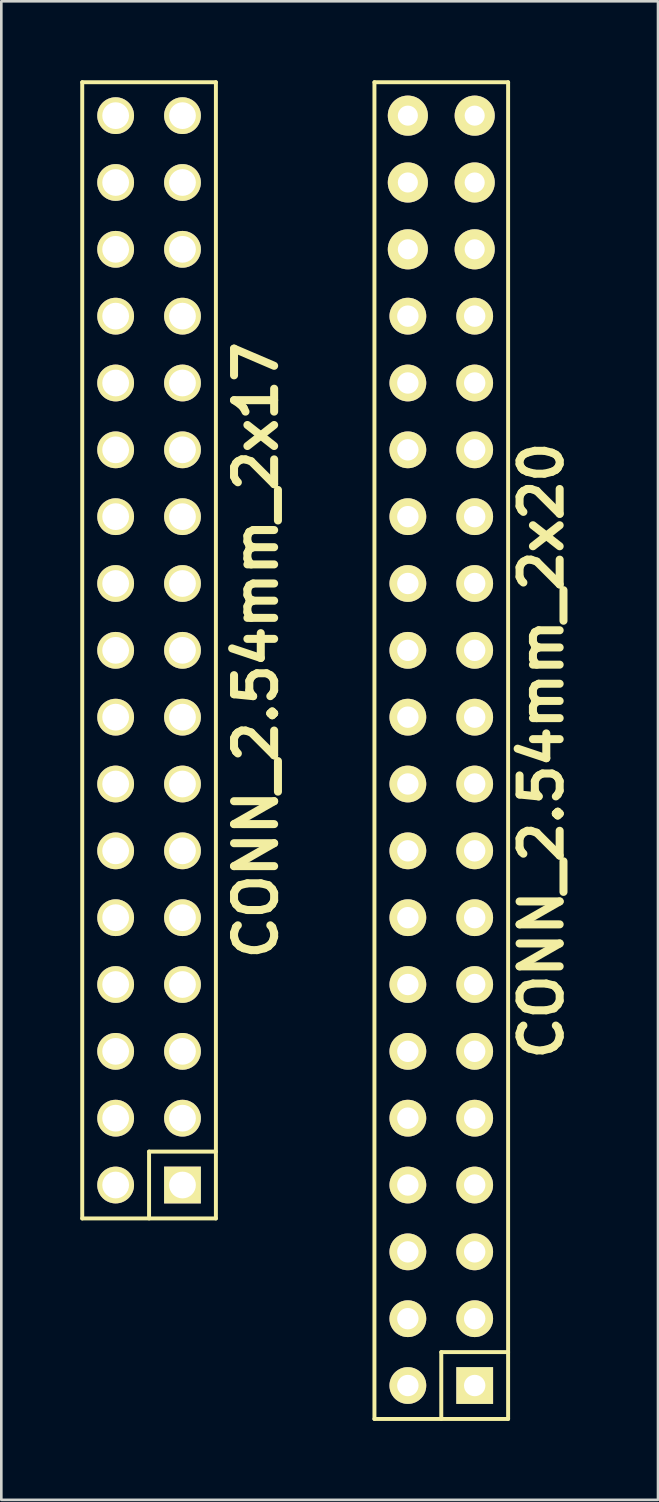
<source format=kicad_pcb>
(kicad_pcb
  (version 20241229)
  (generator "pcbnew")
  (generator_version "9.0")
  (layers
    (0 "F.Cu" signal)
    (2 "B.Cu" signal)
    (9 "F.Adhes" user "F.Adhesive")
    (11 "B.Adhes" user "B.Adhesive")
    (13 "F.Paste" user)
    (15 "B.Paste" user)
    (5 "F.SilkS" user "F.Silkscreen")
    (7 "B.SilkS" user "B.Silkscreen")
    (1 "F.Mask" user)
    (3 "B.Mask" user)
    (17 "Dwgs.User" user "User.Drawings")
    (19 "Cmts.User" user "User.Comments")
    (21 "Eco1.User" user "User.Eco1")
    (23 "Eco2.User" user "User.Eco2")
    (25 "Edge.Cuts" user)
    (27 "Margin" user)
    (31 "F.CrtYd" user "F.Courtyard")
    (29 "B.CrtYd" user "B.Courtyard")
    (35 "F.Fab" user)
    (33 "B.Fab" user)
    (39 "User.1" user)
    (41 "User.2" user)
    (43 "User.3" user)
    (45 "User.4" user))
  (footprint "CONN_2.54mm_2x17"
    (layer "F.Cu")
    (at 2.615 21.665)
    (property "Reference" "CONN_2.54mm_2x17" (at 4.064 0 90) (layer "F.SilkS") (effects (font (size 1.524 1.524) (thickness 0.305))))
    (attr through_hole)
    (fp_line (start -2.54 -21.59) (end 2.54 -21.59) (stroke (width 0.15) (type solid)) (layer "F.SilkS"))
    (fp_line (start -2.54 21.59) (end -2.54 -21.59) (stroke (width 0.15) (type solid)) (layer "F.SilkS"))
    (fp_line (start 0 19.05) (end 0 21.59) (stroke (width 0.15) (type solid)) (layer "F.SilkS"))
    (fp_line (start 2.54 -21.59) (end 2.54 21.59) (stroke (width 0.15) (type solid)) (layer "F.SilkS"))
    (fp_line (start 2.54 19.05) (end 0 19.05) (stroke (width 0.15) (type solid)) (layer "F.SilkS"))
    (fp_line (start 2.54 21.59) (end -2.54 21.59) (stroke (width 0.15) (type solid)) (layer "F.SilkS"))
    (pad "1" thru_hole rect (at 1.27 20.32) (size 1.397 1.397) (drill 1.016) (layers "*.Cu" "*.Mask" "F.SilkS"))
    (pad "2" thru_hole circle (at -1.27 20.32) (size 1.397 1.397) (drill 1.016) (layers "*.Cu" "*.Mask" "F.SilkS"))
    (pad "3" thru_hole circle (at 1.27 17.78) (size 1.397 1.397) (drill 1.016) (layers "*.Cu" "*.Mask" "F.SilkS"))
    (pad "4" thru_hole circle (at -1.27 17.78) (size 1.397 1.397) (drill 1.016) (layers "*.Cu" "*.Mask" "F.SilkS"))
    (pad "5" thru_hole circle (at 1.27 15.24) (size 1.397 1.397) (drill 1.016) (layers "*.Cu" "*.Mask" "F.SilkS"))
    (pad "6" thru_hole circle (at -1.27 15.24) (size 1.397 1.397) (drill 1.016) (layers "*.Cu" "*.Mask" "F.SilkS"))
    (pad "7" thru_hole circle (at 1.27 12.7) (size 1.397 1.397) (drill 1.016) (layers "*.Cu" "*.Mask" "F.SilkS"))
    (pad "8" thru_hole circle (at -1.27 12.7) (size 1.397 1.397) (drill 1.016) (layers "*.Cu" "*.Mask" "F.SilkS"))
    (pad "9" thru_hole circle (at 1.27 10.16) (size 1.397 1.397) (drill 1.016) (layers "*.Cu" "*.Mask" "F.SilkS"))
    (pad "10" thru_hole circle (at -1.27 10.16) (size 1.397 1.397) (drill 1.016) (layers "*.Cu" "*.Mask" "F.SilkS"))
    (pad "11" thru_hole circle (at 1.27 7.62) (size 1.397 1.397) (drill 1.016) (layers "*.Cu" "*.Mask" "F.SilkS"))
    (pad "12" thru_hole circle (at -1.27 7.62) (size 1.397 1.397) (drill 1.016) (layers "*.Cu" "*.Mask" "F.SilkS"))
    (pad "13" thru_hole circle (at 1.27 5.08) (size 1.397 1.397) (drill 1.016) (layers "*.Cu" "*.Mask" "F.SilkS"))
    (pad "14" thru_hole circle (at -1.27 5.08) (size 1.397 1.397) (drill 1.016) (layers "*.Cu" "*.Mask" "F.SilkS"))
    (pad "15" thru_hole circle (at 1.27 2.54) (size 1.397 1.397) (drill 1.016) (layers "*.Cu" "*.Mask" "F.SilkS"))
    (pad "16" thru_hole circle (at -1.27 2.54) (size 1.397 1.397) (drill 1.016) (layers "*.Cu" "*.Mask" "F.SilkS"))
    (pad "17" thru_hole circle (at 1.27 0) (size 1.397 1.397) (drill 1.016) (layers "*.Cu" "*.Mask" "F.SilkS"))
    (pad "18" thru_hole circle (at -1.27 0) (size 1.397 1.397) (drill 1.016) (layers "*.Cu" "*.Mask" "F.SilkS"))
    (pad "19" thru_hole circle (at 1.27 -2.54) (size 1.397 1.397) (drill 1.016) (layers "*.Cu" "*.Mask" "F.SilkS"))
    (pad "20" thru_hole circle (at -1.27 -2.54) (size 1.397 1.397) (drill 1.016) (layers "*.Cu" "*.Mask" "F.SilkS"))
    (pad "21" thru_hole circle (at 1.27 -5.08) (size 1.397 1.397) (drill 1.016) (layers "*.Cu" "*.Mask" "F.SilkS"))
    (pad "22" thru_hole circle (at -1.27 -5.08) (size 1.397 1.397) (drill 1.016) (layers "*.Cu" "*.Mask" "F.SilkS"))
    (pad "23" thru_hole circle (at 1.27 -7.62) (size 1.397 1.397) (drill 1.016) (layers "*.Cu" "*.Mask" "F.SilkS"))
    (pad "24" thru_hole circle (at -1.27 -7.62) (size 1.397 1.397) (drill 1.016) (layers "*.Cu" "*.Mask" "F.SilkS"))
    (pad "25" thru_hole circle (at 1.27 -10.16) (size 1.397 1.397) (drill 1.016) (layers "*.Cu" "*.Mask" "F.SilkS"))
    (pad "26" thru_hole circle (at -1.27 -10.16) (size 1.397 1.397) (drill 1.016) (layers "*.Cu" "*.Mask" "F.SilkS"))
    (pad "27" thru_hole circle (at 1.27 -12.7) (size 1.397 1.397) (drill 1.016) (layers "*.Cu" "*.Mask" "F.SilkS"))
    (pad "28" thru_hole circle (at -1.27 -12.7) (size 1.397 1.397) (drill 1.016) (layers "*.Cu" "*.Mask" "F.SilkS"))
    (pad "29" thru_hole circle (at 1.27 -15.24) (size 1.397 1.397) (drill 1.016) (layers "*.Cu" "*.Mask" "F.SilkS"))
    (pad "30" thru_hole circle (at -1.27 -15.24) (size 1.397 1.397) (drill 1.016) (layers "*.Cu" "*.Mask" "F.SilkS"))
    (pad "31" thru_hole circle (at 1.27 -17.78) (size 1.397 1.397) (drill 1.016) (layers "*.Cu" "*.Mask" "F.SilkS"))
    (pad "32" thru_hole circle (at -1.27 -17.78) (size 1.397 1.397) (drill 1.016) (layers "*.Cu" "*.Mask" "F.SilkS"))
    (pad "33" thru_hole circle (at 1.27 -20.32) (size 1.397 1.397) (drill 1.016) (layers "*.Cu" "*.Mask" "F.SilkS"))
    (pad "34" thru_hole circle (at -1.27 -20.32) (size 1.397 1.397) (drill 1.016) (layers "*.Cu" "*.Mask" "F.SilkS")))
  (footprint "CONN_2.54mm_2x20"
    (layer "F.Cu")
    (at 13.72 25.475)
    (property "Reference" "CONN_2.54mm_2x20" (at 3.81 0 90) (layer "F.SilkS") (effects (font (size 1.524 1.524) (thickness 0.305))))
    (attr through_hole)
    (fp_line (start -2.54 -25.4) (end 2.54 -25.4) (stroke (width 0.15) (type solid)) (layer "F.SilkS"))
    (fp_line (start -2.54 25.4) (end -2.54 -25.4) (stroke (width 0.15) (type solid)) (layer "F.SilkS"))
    (fp_line (start 0 22.86) (end 0 25.4) (stroke (width 0.15) (type solid)) (layer "F.SilkS"))
    (fp_line (start 2.54 -25.4) (end 2.54 25.4) (stroke (width 0.15) (type solid)) (layer "F.SilkS"))
    (fp_line (start 2.54 22.86) (end 0 22.86) (stroke (width 0.15) (type solid)) (layer "F.SilkS"))
    (fp_line (start 2.54 25.4) (end -2.54 25.4) (stroke (width 0.15) (type solid)) (layer "F.SilkS"))
    (pad "1" thru_hole rect (at 1.27 24.13) (size 1.397 1.397) (drill 0.813) (layers "*.Cu" "*.Mask" "F.SilkS"))
    (pad "2" thru_hole circle (at -1.27 24.13) (size 1.397 1.397) (drill 0.813) (layers "*.Cu" "*.Mask" "F.SilkS"))
    (pad "3" thru_hole circle (at 1.27 21.59) (size 1.397 1.397) (drill 0.813) (layers "*.Cu" "*.Mask" "F.SilkS"))
    (pad "4" thru_hole circle (at -1.27 21.59) (size 1.397 1.397) (drill 0.813) (layers "*.Cu" "*.Mask" "F.SilkS"))
    (pad "5" thru_hole circle (at 1.27 19.05) (size 1.397 1.397) (drill 0.813) (layers "*.Cu" "*.Mask" "F.SilkS"))
    (pad "6" thru_hole circle (at -1.27 19.05) (size 1.397 1.397) (drill 0.813) (layers "*.Cu" "*.Mask" "F.SilkS"))
    (pad "7" thru_hole circle (at 1.27 16.51) (size 1.397 1.397) (drill 0.813) (layers "*.Cu" "*.Mask" "F.SilkS"))
    (pad "8" thru_hole circle (at -1.27 16.51) (size 1.397 1.397) (drill 0.813) (layers "*.Cu" "*.Mask" "F.SilkS"))
    (pad "9" thru_hole circle (at 1.27 13.97) (size 1.397 1.397) (drill 0.813) (layers "*.Cu" "*.Mask" "F.SilkS"))
    (pad "10" thru_hole circle (at -1.27 13.97) (size 1.397 1.397) (drill 0.813) (layers "*.Cu" "*.Mask" "F.SilkS"))
    (pad "11" thru_hole circle (at 1.27 11.43) (size 1.397 1.397) (drill 0.813) (layers "*.Cu" "*.Mask" "F.SilkS"))
    (pad "12" thru_hole circle (at -1.27 11.43) (size 1.397 1.397) (drill 0.813) (layers "*.Cu" "*.Mask" "F.SilkS"))
    (pad "13" thru_hole circle (at 1.27 8.89) (size 1.397 1.397) (drill 0.813) (layers "*.Cu" "*.Mask" "F.SilkS"))
    (pad "14" thru_hole circle (at -1.27 8.89) (size 1.397 1.397) (drill 0.813) (layers "*.Cu" "*.Mask" "F.SilkS"))
    (pad "15" thru_hole circle (at 1.27 6.35) (size 1.397 1.397) (drill 0.813) (layers "*.Cu" "*.Mask" "F.SilkS"))
    (pad "16" thru_hole circle (at -1.27 6.35) (size 1.397 1.397) (drill 0.813) (layers "*.Cu" "*.Mask" "F.SilkS"))
    (pad "17" thru_hole circle (at 1.27 3.81) (size 1.397 1.397) (drill 0.813) (layers "*.Cu" "*.Mask" "F.SilkS"))
    (pad "18" thru_hole circle (at -1.27 3.81) (size 1.397 1.397) (drill 0.813) (layers "*.Cu" "*.Mask" "F.SilkS"))
    (pad "19" thru_hole circle (at 1.27 1.27) (size 1.397 1.397) (drill 0.813) (layers "*.Cu" "*.Mask" "F.SilkS"))
    (pad "20" thru_hole circle (at -1.27 1.27) (size 1.397 1.397) (drill 0.813) (layers "*.Cu" "*.Mask" "F.SilkS"))
    (pad "21" thru_hole circle (at 1.27 -1.27) (size 1.397 1.397) (drill 0.813) (layers "*.Cu" "*.Mask" "F.SilkS"))
    (pad "22" thru_hole circle (at -1.27 -1.27) (size 1.397 1.397) (drill 0.813) (layers "*.Cu" "*.Mask" "F.SilkS"))
    (pad "23" thru_hole circle (at 1.27 -3.81) (size 1.397 1.397) (drill 0.813) (layers "*.Cu" "*.Mask" "F.SilkS"))
    (pad "24" thru_hole circle (at -1.27 -3.81) (size 1.397 1.397) (drill 0.813) (layers "*.Cu" "*.Mask" "F.SilkS"))
    (pad "25" thru_hole circle (at 1.27 -6.35) (size 1.397 1.397) (drill 0.813) (layers "*.Cu" "*.Mask" "F.SilkS"))
    (pad "26" thru_hole circle (at -1.27 -6.35) (size 1.397 1.397) (drill 0.813) (layers "*.Cu" "*.Mask" "F.SilkS"))
    (pad "27" thru_hole circle (at 1.27 -8.89) (size 1.397 1.397) (drill 0.813) (layers "*.Cu" "*.Mask" "F.SilkS"))
    (pad "28" thru_hole circle (at -1.27 -8.89) (size 1.397 1.397) (drill 0.813) (layers "*.Cu" "*.Mask" "F.SilkS"))
    (pad "29" thru_hole circle (at 1.27 -11.43) (size 1.397 1.397) (drill 0.813) (layers "*.Cu" "*.Mask" "F.SilkS"))
    (pad "30" thru_hole circle (at -1.27 -11.43) (size 1.397 1.397) (drill 0.813) (layers "*.Cu" "*.Mask" "F.SilkS"))
    (pad "31" thru_hole circle (at 1.27 -13.97) (size 1.397 1.397) (drill 0.813) (layers "*.Cu" "*.Mask" "F.SilkS"))
    (pad "32" thru_hole circle (at -1.27 -13.97) (size 1.397 1.397) (drill 0.813) (layers "*.Cu" "*.Mask" "F.SilkS"))
    (pad "33" thru_hole circle (at 1.27 -16.51) (size 1.397 1.397) (drill 0.813) (layers "*.Cu" "*.Mask" "F.SilkS"))
    (pad "34" thru_hole circle (at -1.27 -16.51) (size 1.397 1.397) (drill 0.813) (layers "*.Cu" "*.Mask" "F.SilkS"))
    (pad "35" thru_hole circle (at 1.27 -19.05) (size 1.524 1.524) (drill 0.762) (layers "*.Cu" "*.Mask" "F.SilkS"))
    (pad "36" thru_hole circle (at -1.27 -19.05) (size 1.524 1.524) (drill 0.762) (layers "*.Cu" "*.Mask" "F.SilkS"))
    (pad "37" thru_hole circle (at 1.27 -21.59) (size 1.524 1.524) (drill 0.762) (layers "*.Cu" "*.Mask" "F.SilkS"))
    (pad "38" thru_hole circle (at -1.27 -21.59) (size 1.524 1.524) (drill 0.762) (layers "*.Cu" "*.Mask" "F.SilkS"))
    (pad "39" thru_hole circle (at 1.27 -24.13) (size 1.524 1.524) (drill 0.762) (layers "*.Cu" "*.Mask" "F.SilkS"))
    (pad "40" thru_hole circle (at -1.27 -24.13) (size 1.524 1.524) (drill 0.762) (layers "*.Cu" "*.Mask" "F.SilkS")))
  (gr_rect
    (start -3 -3)
    (end 21.957 53.95)
    (stroke (width 0.1) (type default))
    (fill no)
    (layer "Edge.Cuts")))
</source>
